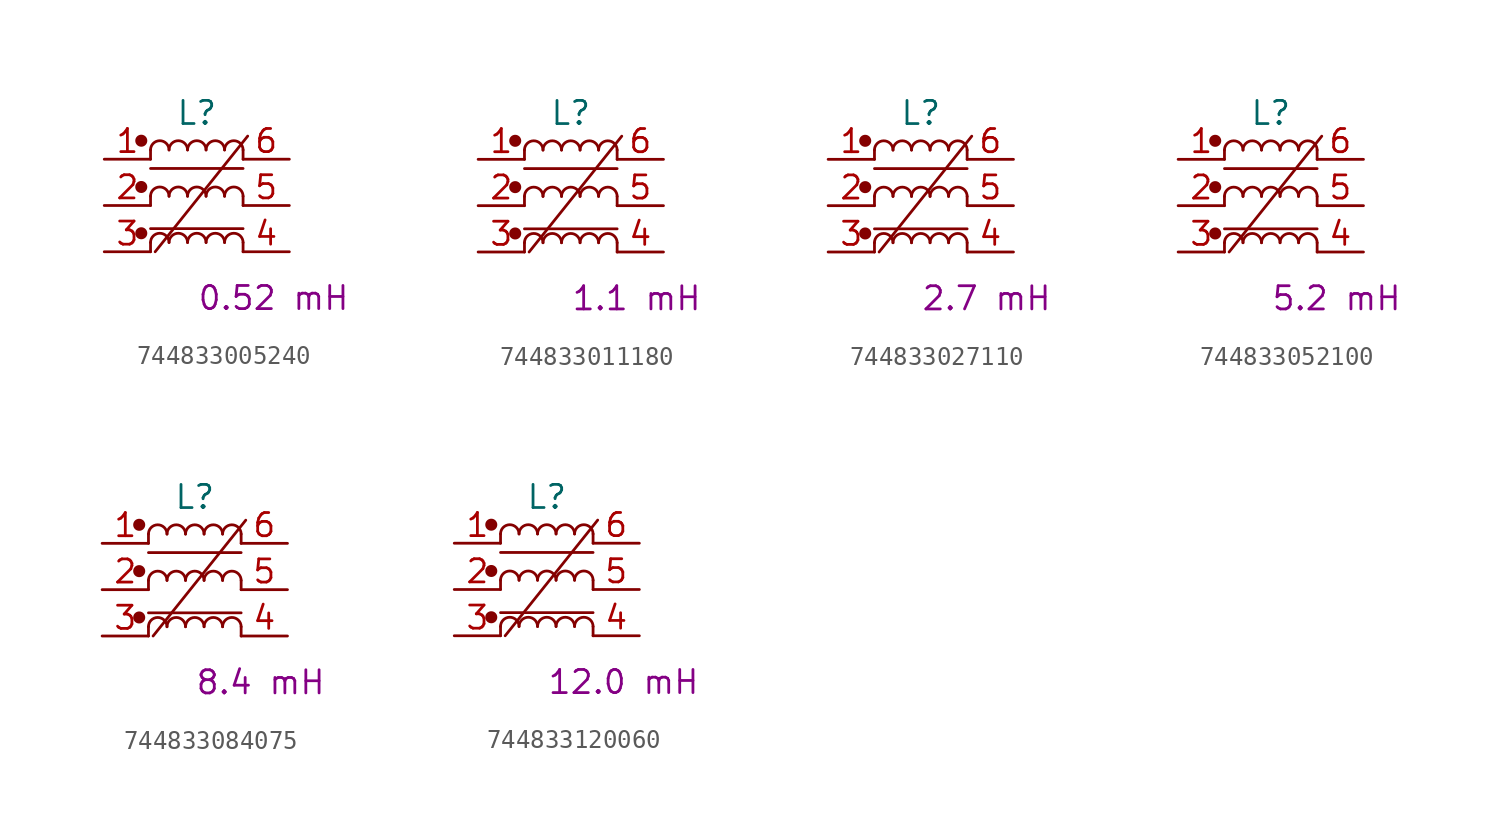
<source format=kicad_sym>
(kicad_symbol_lib
  (version 20220914)
  (generator kicad_symbol_editor)
  (symbol "744833005240"
    (pin_names hide)
    (property "Reference" "L"
      (at 0 5.08 0)
      (effects (font (size 1.27 1.27))))
    (property "Critical Parameter" "0.52 mH"
      (at 0 -5.08 0)
      (effects (font (size 1.27 1.27)) (justify left)))
    (symbol "744833005240_0_1"
      (circle (center -3.048 -1.524) (radius 0.254) (stroke (width 0) (type default)) (fill (type outline)))
      (circle (center -3.048 1.016) (radius 0.254) (stroke (width 0) (type default)) (fill (type outline)))
      (circle (center -3.048 3.556) (radius 0.254) (stroke (width 0) (type default)) (fill (type outline)))
      (arc (start -1.524 -2.032) (mid -2.032 -1.5262) (end -2.54 -2.032) (stroke (width 0) (type default)) (fill (type none)))
      (arc (start -1.524 0.508) (mid -2.032 1.0138) (end -2.54 0.508) (stroke (width 0) (type default)) (fill (type none)))
      (arc (start -1.524 3.048) (mid -2.032 3.5538) (end -2.54 3.048) (stroke (width 0) (type default)) (fill (type none)))
      (arc (start -0.508 -2.032) (mid -1.016 -1.5262) (end -1.524 -2.032) (stroke (width 0) (type default)) (fill (type none)))
      (arc (start -0.508 0.508) (mid -1.016 1.0138) (end -1.524 0.508) (stroke (width 0) (type default)) (fill (type none)))
      (arc (start -0.508 3.048) (mid -1.016 3.5538) (end -1.524 3.048) (stroke (width 0) (type default)) (fill (type none)))
      (polyline (pts (xy -2.54 -2.032) (xy -2.54 -2.54)) (stroke (width 0) (type default)) (fill (type none)))
      (polyline (pts (xy -2.54 -1.27) (xy 2.54 -1.27)) (stroke (width 0) (type default)) (fill (type none)))
      (polyline (pts (xy -2.54 0.508) (xy -2.54 0)) (stroke (width 0) (type default)) (fill (type none)))
      (polyline (pts (xy -2.54 3.048) (xy -2.54 2.54)) (stroke (width 0) (type default)) (fill (type none)))
      (polyline (pts (xy 2.54 -2.54) (xy 2.54 -2.032)) (stroke (width 0) (type default)) (fill (type none)))
      (polyline (pts (xy 2.54 0) (xy 2.54 0.508)) (stroke (width 0) (type default)) (fill (type none)))
      (polyline (pts (xy 2.54 2.032) (xy -2.54 2.032)) (stroke (width 0) (type default)) (fill (type none)))
      (polyline (pts (xy 2.54 3.048) (xy 2.54 2.54)) (stroke (width 0) (type default)) (fill (type none)))
      (polyline (pts (xy 2.794 3.81) (xy -2.286 -2.54)) (stroke (width 0) (type default)) (fill (type none)))
      (arc (start 0.508 -2.032) (mid 0 -1.5262) (end -0.508 -2.032) (stroke (width 0) (type default)) (fill (type none)))
      (arc (start 0.508 0.508) (mid 0 1.0138) (end -0.508 0.508) (stroke (width 0) (type default)) (fill (type none)))
      (arc (start 0.508 3.048) (mid 0 3.5538) (end -0.508 3.048) (stroke (width 0) (type default)) (fill (type none)))
      (arc (start 1.524 -2.032) (mid 1.016 -1.5262) (end 0.508 -2.032) (stroke (width 0) (type default)) (fill (type none)))
      (arc (start 1.524 0.508) (mid 1.016 1.0138) (end 0.508 0.508) (stroke (width 0) (type default)) (fill (type none)))
      (arc (start 1.524 3.048) (mid 1.016 3.5538) (end 0.508 3.048) (stroke (width 0) (type default)) (fill (type none)))
      (arc (start 2.54 -2.032) (mid 2.032 -1.5262) (end 1.524 -2.032) (stroke (width 0) (type default)) (fill (type none)))
      (arc (start 2.54 0.508) (mid 2.032 1.0138) (end 1.524 0.508) (stroke (width 0) (type default)) (fill (type none)))
      (arc (start 2.54 3.048) (mid 2.032 3.5538) (end 1.524 3.048) (stroke (width 0) (type default)) (fill (type none))))
    (symbol "744833005240_1_1"
      (pin passive line (at -5.08 2.54 0) (length 2.54) (name "1" (effects (font (size 1.27 1.27)))) (number "1" (effects (font (size 1.27 1.27)))))
      (pin passive line (at -5.08 0 0) (length 2.54) (name "2" (effects (font (size 1.27 1.27)))) (number "2" (effects (font (size 1.27 1.27)))))
      (pin passive line (at -5.08 -2.54 0) (length 2.54) (name "3" (effects (font (size 1.27 1.27)))) (number "3" (effects (font (size 1.27 1.27)))))
      (pin passive line (at 5.08 -2.54 180) (length 2.54) (name "4" (effects (font (size 1.27 1.27)))) (number "4" (effects (font (size 1.27 1.27)))))
      (pin passive line (at 5.08 0 180) (length 2.54) (name "5" (effects (font (size 1.27 1.27)))) (number "5" (effects (font (size 1.27 1.27)))))
      (pin passive line (at 5.08 2.54 180) (length 2.54) (name "6" (effects (font (size 1.27 1.27)))) (number "6" (effects (font (size 1.27 1.27)))))))
  (symbol "744833011180"
    (pin_names hide)
    (property "Reference" "L"
      (at 0 5.08 0)
      (effects (font (size 1.27 1.27))))
    (property "Critical Parameter" "1.1 mH"
      (at 0 -5.08 0)
      (effects (font (size 1.27 1.27)) (justify left)))
    (symbol "744833011180_0_1"
      (circle (center -3.048 -1.524) (radius 0.254) (stroke (width 0) (type default)) (fill (type outline)))
      (circle (center -3.048 1.016) (radius 0.254) (stroke (width 0) (type default)) (fill (type outline)))
      (circle (center -3.048 3.556) (radius 0.254) (stroke (width 0) (type default)) (fill (type outline)))
      (arc (start -1.524 -2.032) (mid -2.032 -1.5262) (end -2.54 -2.032) (stroke (width 0) (type default)) (fill (type none)))
      (arc (start -1.524 0.508) (mid -2.032 1.0138) (end -2.54 0.508) (stroke (width 0) (type default)) (fill (type none)))
      (arc (start -1.524 3.048) (mid -2.032 3.5538) (end -2.54 3.048) (stroke (width 0) (type default)) (fill (type none)))
      (arc (start -0.508 -2.032) (mid -1.016 -1.5262) (end -1.524 -2.032) (stroke (width 0) (type default)) (fill (type none)))
      (arc (start -0.508 0.508) (mid -1.016 1.0138) (end -1.524 0.508) (stroke (width 0) (type default)) (fill (type none)))
      (arc (start -0.508 3.048) (mid -1.016 3.5538) (end -1.524 3.048) (stroke (width 0) (type default)) (fill (type none)))
      (polyline (pts (xy -2.54 -2.032) (xy -2.54 -2.54)) (stroke (width 0) (type default)) (fill (type none)))
      (polyline (pts (xy -2.54 -1.27) (xy 2.54 -1.27)) (stroke (width 0) (type default)) (fill (type none)))
      (polyline (pts (xy -2.54 0.508) (xy -2.54 0)) (stroke (width 0) (type default)) (fill (type none)))
      (polyline (pts (xy -2.54 3.048) (xy -2.54 2.54)) (stroke (width 0) (type default)) (fill (type none)))
      (polyline (pts (xy 2.54 -2.54) (xy 2.54 -2.032)) (stroke (width 0) (type default)) (fill (type none)))
      (polyline (pts (xy 2.54 0) (xy 2.54 0.508)) (stroke (width 0) (type default)) (fill (type none)))
      (polyline (pts (xy 2.54 2.032) (xy -2.54 2.032)) (stroke (width 0) (type default)) (fill (type none)))
      (polyline (pts (xy 2.54 3.048) (xy 2.54 2.54)) (stroke (width 0) (type default)) (fill (type none)))
      (polyline (pts (xy 2.794 3.81) (xy -2.286 -2.54)) (stroke (width 0) (type default)) (fill (type none)))
      (arc (start 0.508 -2.032) (mid 0 -1.5262) (end -0.508 -2.032) (stroke (width 0) (type default)) (fill (type none)))
      (arc (start 0.508 0.508) (mid 0 1.0138) (end -0.508 0.508) (stroke (width 0) (type default)) (fill (type none)))
      (arc (start 0.508 3.048) (mid 0 3.5538) (end -0.508 3.048) (stroke (width 0) (type default)) (fill (type none)))
      (arc (start 1.524 -2.032) (mid 1.016 -1.5262) (end 0.508 -2.032) (stroke (width 0) (type default)) (fill (type none)))
      (arc (start 1.524 0.508) (mid 1.016 1.0138) (end 0.508 0.508) (stroke (width 0) (type default)) (fill (type none)))
      (arc (start 1.524 3.048) (mid 1.016 3.5538) (end 0.508 3.048) (stroke (width 0) (type default)) (fill (type none)))
      (arc (start 2.54 -2.032) (mid 2.032 -1.5262) (end 1.524 -2.032) (stroke (width 0) (type default)) (fill (type none)))
      (arc (start 2.54 0.508) (mid 2.032 1.0138) (end 1.524 0.508) (stroke (width 0) (type default)) (fill (type none)))
      (arc (start 2.54 3.048) (mid 2.032 3.5538) (end 1.524 3.048) (stroke (width 0) (type default)) (fill (type none))))
    (symbol "744833011180_1_1"
      (pin passive line (at -5.08 2.54 0) (length 2.54) (name "1" (effects (font (size 1.27 1.27)))) (number "1" (effects (font (size 1.27 1.27)))))
      (pin passive line (at -5.08 0 0) (length 2.54) (name "2" (effects (font (size 1.27 1.27)))) (number "2" (effects (font (size 1.27 1.27)))))
      (pin passive line (at -5.08 -2.54 0) (length 2.54) (name "3" (effects (font (size 1.27 1.27)))) (number "3" (effects (font (size 1.27 1.27)))))
      (pin passive line (at 5.08 -2.54 180) (length 2.54) (name "4" (effects (font (size 1.27 1.27)))) (number "4" (effects (font (size 1.27 1.27)))))
      (pin passive line (at 5.08 0 180) (length 2.54) (name "5" (effects (font (size 1.27 1.27)))) (number "5" (effects (font (size 1.27 1.27)))))
      (pin passive line (at 5.08 2.54 180) (length 2.54) (name "6" (effects (font (size 1.27 1.27)))) (number "6" (effects (font (size 1.27 1.27)))))))
  (symbol "744833027110"
    (pin_names hide)
    (property "Reference" "L"
      (at 0 5.08 0)
      (effects (font (size 1.27 1.27))))
    (property "Critical Parameter" "2.7 mH"
      (at 0 -5.08 0)
      (effects (font (size 1.27 1.27)) (justify left)))
    (symbol "744833027110_0_1"
      (circle (center -3.048 -1.524) (radius 0.254) (stroke (width 0) (type default)) (fill (type outline)))
      (circle (center -3.048 1.016) (radius 0.254) (stroke (width 0) (type default)) (fill (type outline)))
      (circle (center -3.048 3.556) (radius 0.254) (stroke (width 0) (type default)) (fill (type outline)))
      (arc (start -1.524 -2.032) (mid -2.032 -1.5262) (end -2.54 -2.032) (stroke (width 0) (type default)) (fill (type none)))
      (arc (start -1.524 0.508) (mid -2.032 1.0138) (end -2.54 0.508) (stroke (width 0) (type default)) (fill (type none)))
      (arc (start -1.524 3.048) (mid -2.032 3.5538) (end -2.54 3.048) (stroke (width 0) (type default)) (fill (type none)))
      (arc (start -0.508 -2.032) (mid -1.016 -1.5262) (end -1.524 -2.032) (stroke (width 0) (type default)) (fill (type none)))
      (arc (start -0.508 0.508) (mid -1.016 1.0138) (end -1.524 0.508) (stroke (width 0) (type default)) (fill (type none)))
      (arc (start -0.508 3.048) (mid -1.016 3.5538) (end -1.524 3.048) (stroke (width 0) (type default)) (fill (type none)))
      (polyline (pts (xy -2.54 -2.032) (xy -2.54 -2.54)) (stroke (width 0) (type default)) (fill (type none)))
      (polyline (pts (xy -2.54 -1.27) (xy 2.54 -1.27)) (stroke (width 0) (type default)) (fill (type none)))
      (polyline (pts (xy -2.54 0.508) (xy -2.54 0)) (stroke (width 0) (type default)) (fill (type none)))
      (polyline (pts (xy -2.54 3.048) (xy -2.54 2.54)) (stroke (width 0) (type default)) (fill (type none)))
      (polyline (pts (xy 2.54 -2.54) (xy 2.54 -2.032)) (stroke (width 0) (type default)) (fill (type none)))
      (polyline (pts (xy 2.54 0) (xy 2.54 0.508)) (stroke (width 0) (type default)) (fill (type none)))
      (polyline (pts (xy 2.54 2.032) (xy -2.54 2.032)) (stroke (width 0) (type default)) (fill (type none)))
      (polyline (pts (xy 2.54 3.048) (xy 2.54 2.54)) (stroke (width 0) (type default)) (fill (type none)))
      (polyline (pts (xy 2.794 3.81) (xy -2.286 -2.54)) (stroke (width 0) (type default)) (fill (type none)))
      (arc (start 0.508 -2.032) (mid 0 -1.5262) (end -0.508 -2.032) (stroke (width 0) (type default)) (fill (type none)))
      (arc (start 0.508 0.508) (mid 0 1.0138) (end -0.508 0.508) (stroke (width 0) (type default)) (fill (type none)))
      (arc (start 0.508 3.048) (mid 0 3.5538) (end -0.508 3.048) (stroke (width 0) (type default)) (fill (type none)))
      (arc (start 1.524 -2.032) (mid 1.016 -1.5262) (end 0.508 -2.032) (stroke (width 0) (type default)) (fill (type none)))
      (arc (start 1.524 0.508) (mid 1.016 1.0138) (end 0.508 0.508) (stroke (width 0) (type default)) (fill (type none)))
      (arc (start 1.524 3.048) (mid 1.016 3.5538) (end 0.508 3.048) (stroke (width 0) (type default)) (fill (type none)))
      (arc (start 2.54 -2.032) (mid 2.032 -1.5262) (end 1.524 -2.032) (stroke (width 0) (type default)) (fill (type none)))
      (arc (start 2.54 0.508) (mid 2.032 1.0138) (end 1.524 0.508) (stroke (width 0) (type default)) (fill (type none)))
      (arc (start 2.54 3.048) (mid 2.032 3.5538) (end 1.524 3.048) (stroke (width 0) (type default)) (fill (type none))))
    (symbol "744833027110_1_1"
      (pin passive line (at -5.08 2.54 0) (length 2.54) (name "1" (effects (font (size 1.27 1.27)))) (number "1" (effects (font (size 1.27 1.27)))))
      (pin passive line (at -5.08 0 0) (length 2.54) (name "2" (effects (font (size 1.27 1.27)))) (number "2" (effects (font (size 1.27 1.27)))))
      (pin passive line (at -5.08 -2.54 0) (length 2.54) (name "3" (effects (font (size 1.27 1.27)))) (number "3" (effects (font (size 1.27 1.27)))))
      (pin passive line (at 5.08 -2.54 180) (length 2.54) (name "4" (effects (font (size 1.27 1.27)))) (number "4" (effects (font (size 1.27 1.27)))))
      (pin passive line (at 5.08 0 180) (length 2.54) (name "5" (effects (font (size 1.27 1.27)))) (number "5" (effects (font (size 1.27 1.27)))))
      (pin passive line (at 5.08 2.54 180) (length 2.54) (name "6" (effects (font (size 1.27 1.27)))) (number "6" (effects (font (size 1.27 1.27)))))))
  (symbol "744833052100"
    (pin_names hide)
    (property "Reference" "L"
      (at 0 5.08 0)
      (effects (font (size 1.27 1.27))))
    (property "Critical Parameter" "5.2 mH"
      (at 0 -5.08 0)
      (effects (font (size 1.27 1.27)) (justify left)))
    (symbol "744833052100_0_1"
      (circle (center -3.048 -1.524) (radius 0.254) (stroke (width 0) (type default)) (fill (type outline)))
      (circle (center -3.048 1.016) (radius 0.254) (stroke (width 0) (type default)) (fill (type outline)))
      (circle (center -3.048 3.556) (radius 0.254) (stroke (width 0) (type default)) (fill (type outline)))
      (arc (start -1.524 -2.032) (mid -2.032 -1.5262) (end -2.54 -2.032) (stroke (width 0) (type default)) (fill (type none)))
      (arc (start -1.524 0.508) (mid -2.032 1.0138) (end -2.54 0.508) (stroke (width 0) (type default)) (fill (type none)))
      (arc (start -1.524 3.048) (mid -2.032 3.5538) (end -2.54 3.048) (stroke (width 0) (type default)) (fill (type none)))
      (arc (start -0.508 -2.032) (mid -1.016 -1.5262) (end -1.524 -2.032) (stroke (width 0) (type default)) (fill (type none)))
      (arc (start -0.508 0.508) (mid -1.016 1.0138) (end -1.524 0.508) (stroke (width 0) (type default)) (fill (type none)))
      (arc (start -0.508 3.048) (mid -1.016 3.5538) (end -1.524 3.048) (stroke (width 0) (type default)) (fill (type none)))
      (polyline (pts (xy -2.54 -2.032) (xy -2.54 -2.54)) (stroke (width 0) (type default)) (fill (type none)))
      (polyline (pts (xy -2.54 -1.27) (xy 2.54 -1.27)) (stroke (width 0) (type default)) (fill (type none)))
      (polyline (pts (xy -2.54 0.508) (xy -2.54 0)) (stroke (width 0) (type default)) (fill (type none)))
      (polyline (pts (xy -2.54 3.048) (xy -2.54 2.54)) (stroke (width 0) (type default)) (fill (type none)))
      (polyline (pts (xy 2.54 -2.54) (xy 2.54 -2.032)) (stroke (width 0) (type default)) (fill (type none)))
      (polyline (pts (xy 2.54 0) (xy 2.54 0.508)) (stroke (width 0) (type default)) (fill (type none)))
      (polyline (pts (xy 2.54 2.032) (xy -2.54 2.032)) (stroke (width 0) (type default)) (fill (type none)))
      (polyline (pts (xy 2.54 3.048) (xy 2.54 2.54)) (stroke (width 0) (type default)) (fill (type none)))
      (polyline (pts (xy 2.794 3.81) (xy -2.286 -2.54)) (stroke (width 0) (type default)) (fill (type none)))
      (arc (start 0.508 -2.032) (mid 0 -1.5262) (end -0.508 -2.032) (stroke (width 0) (type default)) (fill (type none)))
      (arc (start 0.508 0.508) (mid 0 1.0138) (end -0.508 0.508) (stroke (width 0) (type default)) (fill (type none)))
      (arc (start 0.508 3.048) (mid 0 3.5538) (end -0.508 3.048) (stroke (width 0) (type default)) (fill (type none)))
      (arc (start 1.524 -2.032) (mid 1.016 -1.5262) (end 0.508 -2.032) (stroke (width 0) (type default)) (fill (type none)))
      (arc (start 1.524 0.508) (mid 1.016 1.0138) (end 0.508 0.508) (stroke (width 0) (type default)) (fill (type none)))
      (arc (start 1.524 3.048) (mid 1.016 3.5538) (end 0.508 3.048) (stroke (width 0) (type default)) (fill (type none)))
      (arc (start 2.54 -2.032) (mid 2.032 -1.5262) (end 1.524 -2.032) (stroke (width 0) (type default)) (fill (type none)))
      (arc (start 2.54 0.508) (mid 2.032 1.0138) (end 1.524 0.508) (stroke (width 0) (type default)) (fill (type none)))
      (arc (start 2.54 3.048) (mid 2.032 3.5538) (end 1.524 3.048) (stroke (width 0) (type default)) (fill (type none))))
    (symbol "744833052100_1_1"
      (pin passive line (at -5.08 2.54 0) (length 2.54) (name "1" (effects (font (size 1.27 1.27)))) (number "1" (effects (font (size 1.27 1.27)))))
      (pin passive line (at -5.08 0 0) (length 2.54) (name "2" (effects (font (size 1.27 1.27)))) (number "2" (effects (font (size 1.27 1.27)))))
      (pin passive line (at -5.08 -2.54 0) (length 2.54) (name "3" (effects (font (size 1.27 1.27)))) (number "3" (effects (font (size 1.27 1.27)))))
      (pin passive line (at 5.08 -2.54 180) (length 2.54) (name "4" (effects (font (size 1.27 1.27)))) (number "4" (effects (font (size 1.27 1.27)))))
      (pin passive line (at 5.08 0 180) (length 2.54) (name "5" (effects (font (size 1.27 1.27)))) (number "5" (effects (font (size 1.27 1.27)))))
      (pin passive line (at 5.08 2.54 180) (length 2.54) (name "6" (effects (font (size 1.27 1.27)))) (number "6" (effects (font (size 1.27 1.27)))))))
  (symbol "744833084075"
    (pin_names hide)
    (property "Reference" "L"
      (at 0 5.08 0)
      (effects (font (size 1.27 1.27))))
    (property "Critical Parameter" "8.4 mH"
      (at 0 -5.08 0)
      (effects (font (size 1.27 1.27)) (justify left)))
    (symbol "744833084075_0_1"
      (circle (center -3.048 -1.524) (radius 0.254) (stroke (width 0) (type default)) (fill (type outline)))
      (circle (center -3.048 1.016) (radius 0.254) (stroke (width 0) (type default)) (fill (type outline)))
      (circle (center -3.048 3.556) (radius 0.254) (stroke (width 0) (type default)) (fill (type outline)))
      (arc (start -1.524 -2.032) (mid -2.032 -1.5262) (end -2.54 -2.032) (stroke (width 0) (type default)) (fill (type none)))
      (arc (start -1.524 0.508) (mid -2.032 1.0138) (end -2.54 0.508) (stroke (width 0) (type default)) (fill (type none)))
      (arc (start -1.524 3.048) (mid -2.032 3.5538) (end -2.54 3.048) (stroke (width 0) (type default)) (fill (type none)))
      (arc (start -0.508 -2.032) (mid -1.016 -1.5262) (end -1.524 -2.032) (stroke (width 0) (type default)) (fill (type none)))
      (arc (start -0.508 0.508) (mid -1.016 1.0138) (end -1.524 0.508) (stroke (width 0) (type default)) (fill (type none)))
      (arc (start -0.508 3.048) (mid -1.016 3.5538) (end -1.524 3.048) (stroke (width 0) (type default)) (fill (type none)))
      (polyline (pts (xy -2.54 -2.032) (xy -2.54 -2.54)) (stroke (width 0) (type default)) (fill (type none)))
      (polyline (pts (xy -2.54 -1.27) (xy 2.54 -1.27)) (stroke (width 0) (type default)) (fill (type none)))
      (polyline (pts (xy -2.54 0.508) (xy -2.54 0)) (stroke (width 0) (type default)) (fill (type none)))
      (polyline (pts (xy -2.54 3.048) (xy -2.54 2.54)) (stroke (width 0) (type default)) (fill (type none)))
      (polyline (pts (xy 2.54 -2.54) (xy 2.54 -2.032)) (stroke (width 0) (type default)) (fill (type none)))
      (polyline (pts (xy 2.54 0) (xy 2.54 0.508)) (stroke (width 0) (type default)) (fill (type none)))
      (polyline (pts (xy 2.54 2.032) (xy -2.54 2.032)) (stroke (width 0) (type default)) (fill (type none)))
      (polyline (pts (xy 2.54 3.048) (xy 2.54 2.54)) (stroke (width 0) (type default)) (fill (type none)))
      (polyline (pts (xy 2.794 3.81) (xy -2.286 -2.54)) (stroke (width 0) (type default)) (fill (type none)))
      (arc (start 0.508 -2.032) (mid 0 -1.5262) (end -0.508 -2.032) (stroke (width 0) (type default)) (fill (type none)))
      (arc (start 0.508 0.508) (mid 0 1.0138) (end -0.508 0.508) (stroke (width 0) (type default)) (fill (type none)))
      (arc (start 0.508 3.048) (mid 0 3.5538) (end -0.508 3.048) (stroke (width 0) (type default)) (fill (type none)))
      (arc (start 1.524 -2.032) (mid 1.016 -1.5262) (end 0.508 -2.032) (stroke (width 0) (type default)) (fill (type none)))
      (arc (start 1.524 0.508) (mid 1.016 1.0138) (end 0.508 0.508) (stroke (width 0) (type default)) (fill (type none)))
      (arc (start 1.524 3.048) (mid 1.016 3.5538) (end 0.508 3.048) (stroke (width 0) (type default)) (fill (type none)))
      (arc (start 2.54 -2.032) (mid 2.032 -1.5262) (end 1.524 -2.032) (stroke (width 0) (type default)) (fill (type none)))
      (arc (start 2.54 0.508) (mid 2.032 1.0138) (end 1.524 0.508) (stroke (width 0) (type default)) (fill (type none)))
      (arc (start 2.54 3.048) (mid 2.032 3.5538) (end 1.524 3.048) (stroke (width 0) (type default)) (fill (type none))))
    (symbol "744833084075_1_1"
      (pin passive line (at -5.08 2.54 0) (length 2.54) (name "1" (effects (font (size 1.27 1.27)))) (number "1" (effects (font (size 1.27 1.27)))))
      (pin passive line (at -5.08 0 0) (length 2.54) (name "2" (effects (font (size 1.27 1.27)))) (number "2" (effects (font (size 1.27 1.27)))))
      (pin passive line (at -5.08 -2.54 0) (length 2.54) (name "3" (effects (font (size 1.27 1.27)))) (number "3" (effects (font (size 1.27 1.27)))))
      (pin passive line (at 5.08 -2.54 180) (length 2.54) (name "4" (effects (font (size 1.27 1.27)))) (number "4" (effects (font (size 1.27 1.27)))))
      (pin passive line (at 5.08 0 180) (length 2.54) (name "5" (effects (font (size 1.27 1.27)))) (number "5" (effects (font (size 1.27 1.27)))))
      (pin passive line (at 5.08 2.54 180) (length 2.54) (name "6" (effects (font (size 1.27 1.27)))) (number "6" (effects (font (size 1.27 1.27)))))))
  (symbol "744833120060"
    (pin_names hide)
    (property "Reference" "L"
      (at 0 5.08 0)
      (effects (font (size 1.27 1.27))))
    (property "Critical Parameter" "12.0 mH"
      (at 0 -5.08 0)
      (effects (font (size 1.27 1.27)) (justify left)))
    (symbol "744833120060_0_1"
      (circle (center -3.048 -1.524) (radius 0.254) (stroke (width 0) (type default)) (fill (type outline)))
      (circle (center -3.048 1.016) (radius 0.254) (stroke (width 0) (type default)) (fill (type outline)))
      (circle (center -3.048 3.556) (radius 0.254) (stroke (width 0) (type default)) (fill (type outline)))
      (arc (start -1.524 -2.032) (mid -2.032 -1.5262) (end -2.54 -2.032) (stroke (width 0) (type default)) (fill (type none)))
      (arc (start -1.524 0.508) (mid -2.032 1.0138) (end -2.54 0.508) (stroke (width 0) (type default)) (fill (type none)))
      (arc (start -1.524 3.048) (mid -2.032 3.5538) (end -2.54 3.048) (stroke (width 0) (type default)) (fill (type none)))
      (arc (start -0.508 -2.032) (mid -1.016 -1.5262) (end -1.524 -2.032) (stroke (width 0) (type default)) (fill (type none)))
      (arc (start -0.508 0.508) (mid -1.016 1.0138) (end -1.524 0.508) (stroke (width 0) (type default)) (fill (type none)))
      (arc (start -0.508 3.048) (mid -1.016 3.5538) (end -1.524 3.048) (stroke (width 0) (type default)) (fill (type none)))
      (polyline (pts (xy -2.54 -2.032) (xy -2.54 -2.54)) (stroke (width 0) (type default)) (fill (type none)))
      (polyline (pts (xy -2.54 -1.27) (xy 2.54 -1.27)) (stroke (width 0) (type default)) (fill (type none)))
      (polyline (pts (xy -2.54 0.508) (xy -2.54 0)) (stroke (width 0) (type default)) (fill (type none)))
      (polyline (pts (xy -2.54 3.048) (xy -2.54 2.54)) (stroke (width 0) (type default)) (fill (type none)))
      (polyline (pts (xy 2.54 -2.54) (xy 2.54 -2.032)) (stroke (width 0) (type default)) (fill (type none)))
      (polyline (pts (xy 2.54 0) (xy 2.54 0.508)) (stroke (width 0) (type default)) (fill (type none)))
      (polyline (pts (xy 2.54 2.032) (xy -2.54 2.032)) (stroke (width 0) (type default)) (fill (type none)))
      (polyline (pts (xy 2.54 3.048) (xy 2.54 2.54)) (stroke (width 0) (type default)) (fill (type none)))
      (polyline (pts (xy 2.794 3.81) (xy -2.286 -2.54)) (stroke (width 0) (type default)) (fill (type none)))
      (arc (start 0.508 -2.032) (mid 0 -1.5262) (end -0.508 -2.032) (stroke (width 0) (type default)) (fill (type none)))
      (arc (start 0.508 0.508) (mid 0 1.0138) (end -0.508 0.508) (stroke (width 0) (type default)) (fill (type none)))
      (arc (start 0.508 3.048) (mid 0 3.5538) (end -0.508 3.048) (stroke (width 0) (type default)) (fill (type none)))
      (arc (start 1.524 -2.032) (mid 1.016 -1.5262) (end 0.508 -2.032) (stroke (width 0) (type default)) (fill (type none)))
      (arc (start 1.524 0.508) (mid 1.016 1.0138) (end 0.508 0.508) (stroke (width 0) (type default)) (fill (type none)))
      (arc (start 1.524 3.048) (mid 1.016 3.5538) (end 0.508 3.048) (stroke (width 0) (type default)) (fill (type none)))
      (arc (start 2.54 -2.032) (mid 2.032 -1.5262) (end 1.524 -2.032) (stroke (width 0) (type default)) (fill (type none)))
      (arc (start 2.54 0.508) (mid 2.032 1.0138) (end 1.524 0.508) (stroke (width 0) (type default)) (fill (type none)))
      (arc (start 2.54 3.048) (mid 2.032 3.5538) (end 1.524 3.048) (stroke (width 0) (type default)) (fill (type none))))
    (symbol "744833120060_1_1"
      (pin passive line (at -5.08 2.54 0) (length 2.54) (name "1" (effects (font (size 1.27 1.27)))) (number "1" (effects (font (size 1.27 1.27)))))
      (pin passive line (at -5.08 0 0) (length 2.54) (name "2" (effects (font (size 1.27 1.27)))) (number "2" (effects (font (size 1.27 1.27)))))
      (pin passive line (at -5.08 -2.54 0) (length 2.54) (name "3" (effects (font (size 1.27 1.27)))) (number "3" (effects (font (size 1.27 1.27)))))
      (pin passive line (at 5.08 -2.54 180) (length 2.54) (name "4" (effects (font (size 1.27 1.27)))) (number "4" (effects (font (size 1.27 1.27)))))
      (pin passive line (at 5.08 0 180) (length 2.54) (name "5" (effects (font (size 1.27 1.27)))) (number "5" (effects (font (size 1.27 1.27)))))
      (pin passive line (at 5.08 2.54 180) (length 2.54) (name "6" (effects (font (size 1.27 1.27)))) (number "6" (effects (font (size 1.27 1.27))))))))
</source>
